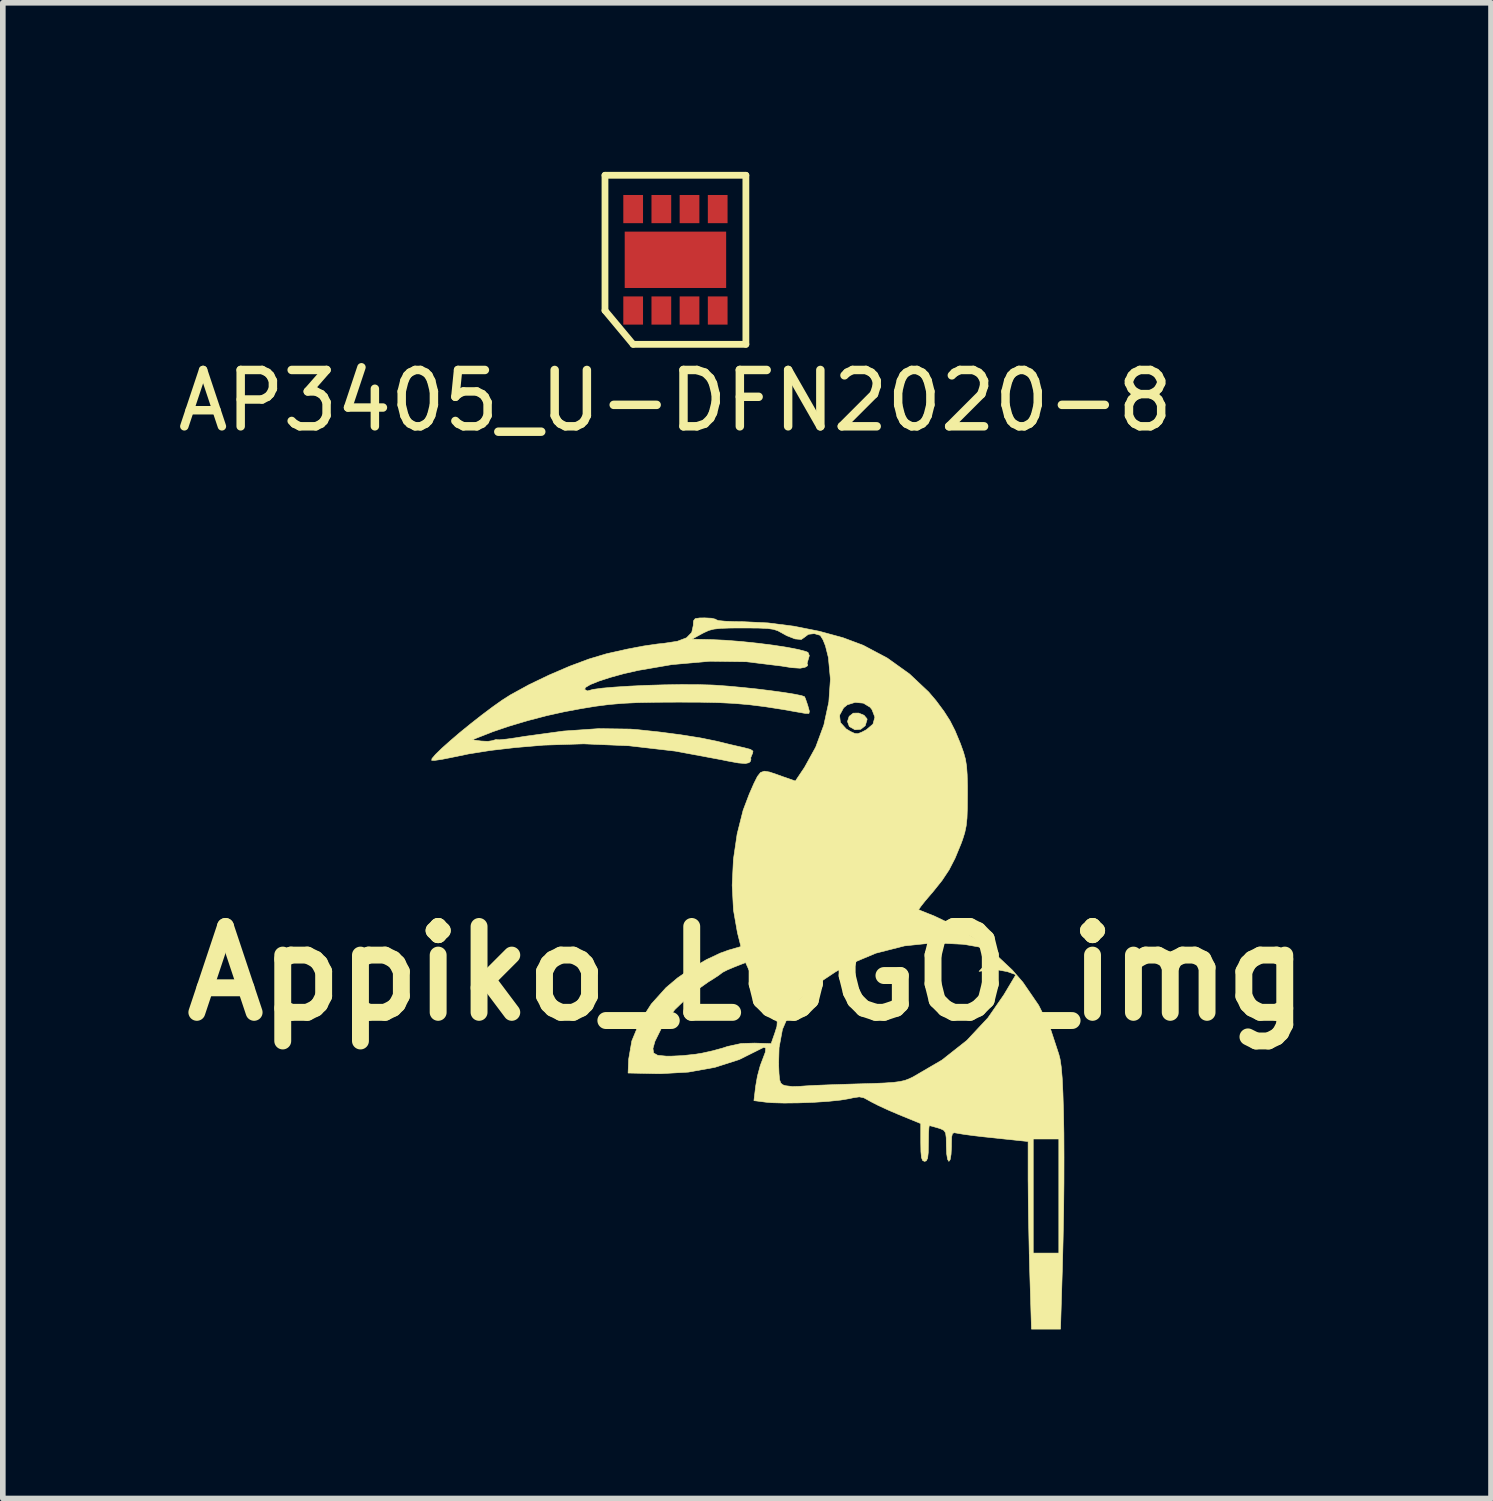
<source format=kicad_pcb>
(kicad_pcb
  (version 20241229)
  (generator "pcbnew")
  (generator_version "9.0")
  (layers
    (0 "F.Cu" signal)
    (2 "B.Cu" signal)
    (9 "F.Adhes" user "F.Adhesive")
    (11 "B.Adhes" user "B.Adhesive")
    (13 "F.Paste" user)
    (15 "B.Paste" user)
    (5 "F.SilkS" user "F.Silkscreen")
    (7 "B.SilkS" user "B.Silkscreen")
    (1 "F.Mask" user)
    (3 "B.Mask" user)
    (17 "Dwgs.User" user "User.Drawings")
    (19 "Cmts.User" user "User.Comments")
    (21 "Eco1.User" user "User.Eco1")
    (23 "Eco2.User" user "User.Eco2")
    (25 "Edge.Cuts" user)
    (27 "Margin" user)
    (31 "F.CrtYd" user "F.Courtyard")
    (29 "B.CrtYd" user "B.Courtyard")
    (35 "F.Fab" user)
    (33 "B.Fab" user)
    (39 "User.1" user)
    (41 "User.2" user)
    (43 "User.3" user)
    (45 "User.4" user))
  (footprint "Appiko_LOGO_img"
    (layer "F.Cu")
    (at 10.204 14.224)
    (property "Reference" "Appiko_LOGO_img" (at 0 0 0) (layer "F.SilkS") (effects (font (size 1.524 1.524) (thickness 0.3))))
    (attr through_hole)
    (fp_poly (pts (xy 2.078 -4.582) (xy 2.13 -4.52) (xy 2.132 -4.506) (xy 2.099 -4.397) (xy 2.019 -4.333) (xy 1.917 -4.325) (xy 1.817 -4.382) (xy 1.816 -4.384) (xy 1.784 -4.471) (xy 1.814 -4.563) (xy 1.887 -4.62) (xy 1.983 -4.621) (xy 2.078 -4.582)) (stroke (width 0.01) (type solid)) (fill yes) (layer "F.SilkS"))
    (fp_poly (pts (xy -0.627 -6.304) (xy -0.554 -6.286) (xy -0.544 -6.276) (xy -0.502 -6.262) (xy -0.388 -6.251) (xy -0.219 -6.244) (xy -0.057 -6.242) (xy 0.374 -6.221) (xy 0.83 -6.163) (xy 1.283 -6.073) (xy 1.705 -5.958) (xy 2.063 -5.824) (xy 2.491 -5.597) (xy 2.885 -5.315) (xy 3.224 -4.996) (xy 3.355 -4.842) (xy 3.496 -4.652) (xy 3.603 -4.485) (xy 3.692 -4.31) (xy 3.782 -4.094) (xy 3.797 -4.054) (xy 3.844 -3.923) (xy 3.877 -3.804) (xy 3.897 -3.679) (xy 3.908 -3.527) (xy 3.913 -3.327) (xy 3.913 -3.175) (xy 3.911 -2.937) (xy 3.905 -2.758) (xy 3.89 -2.619) (xy 3.865 -2.499) (xy 3.827 -2.378) (xy 3.797 -2.297) (xy 3.693 -2.045) (xy 3.587 -1.839) (xy 3.46 -1.648) (xy 3.294 -1.441) (xy 3.264 -1.407) (xy 3.161 -1.286) (xy 3.086 -1.191) (xy 3.049 -1.138) (xy 3.048 -1.132) (xy 3.093 -1.112) (xy 3.198 -1.07) (xy 3.328 -1.018) (xy 3.687 -0.846) (xy 4.053 -0.617) (xy 4.402 -0.349) (xy 4.71 -0.06) (xy 4.896 0.155) (xy 5.177 0.565) (xy 5.386 0.983) (xy 5.535 1.436) (xy 5.556 1.518) (xy 5.576 1.651) (xy 5.594 1.856) (xy 5.607 2.127) (xy 5.617 2.455) (xy 5.624 2.834) (xy 5.626 3.258) (xy 5.625 3.717) (xy 5.62 4.206) (xy 5.61 4.718) (xy 5.597 5.245) (xy 5.594 5.328) (xy 5.564 6.31) (xy 5.049 6.31) (xy 5.019 5.328) (xy 5.01 5.005) (xy 5.003 4.661) (xy 4.996 4.319) (xy 4.992 4.002) (xy 4.99 3.735) (xy 4.989 3.664) (xy 4.989 2.981) (xy 4.797 2.961) (xy 4.658 2.946) (xy 4.569 2.937) (xy 5.08 2.937) (xy 5.08 4.961) (xy 5.534 4.961) (xy 5.534 2.937) (xy 5.08 2.937) (xy 4.569 2.937) (xy 4.467 2.926) (xy 4.259 2.904) (xy 4.218 2.9) (xy 4.028 2.878) (xy 3.862 2.856) (xy 3.75 2.838) (xy 3.731 2.834) (xy 3.676 2.825) (xy 3.646 2.842) (xy 3.632 2.902) (xy 3.629 3.021) (xy 3.629 3.071) (xy 3.622 3.208) (xy 3.606 3.302) (xy 3.583 3.334) (xy 3.56 3.297) (xy 3.544 3.199) (xy 3.538 3.06) (xy 3.536 2.915) (xy 3.525 2.83) (xy 3.495 2.784) (xy 3.438 2.756) (xy 3.395 2.742) (xy 3.294 2.713) (xy 3.238 2.699) (xy 3.236 2.699) (xy 3.229 2.735) (xy 3.223 2.832) (xy 3.221 2.971) (xy 3.22 3.016) (xy 3.217 3.179) (xy 3.206 3.277) (xy 3.182 3.324) (xy 3.152 3.334) (xy 3.118 3.319) (xy 3.097 3.267) (xy 3.087 3.162) (xy 3.084 2.998) (xy 3.084 2.663) (xy 2.698 2.505) (xy 2.509 2.424) (xy 2.335 2.344) (xy 2.204 2.277) (xy 2.17 2.258) (xy 2.075 2.206) (xy 1.994 2.189) (xy 1.885 2.205) (xy 1.819 2.22) (xy 1.663 2.246) (xy 1.442 2.269) (xy 1.184 2.286) (xy 0.914 2.296) (xy 0.66 2.299) (xy 0.446 2.293) (xy 0.34 2.284) (xy 0.124 2.256) (xy 0.155 1.998) (xy 0.186 1.821) (xy 0.235 1.639) (xy 0.247 1.606) (xy 0.562 1.606) (xy 0.569 1.776) (xy 0.579 1.883) (xy 0.599 1.943) (xy 0.633 1.974) (xy 0.683 1.991) (xy 0.806 2.006) (xy 0.95 2.002) (xy 0.953 2.001) (xy 1.049 1.994) (xy 1.218 1.985) (xy 1.441 1.976) (xy 1.7 1.967) (xy 1.928 1.96) (xy 2.221 1.952) (xy 2.44 1.943) (xy 2.6 1.932) (xy 2.715 1.917) (xy 2.803 1.897) (xy 2.879 1.868) (xy 2.948 1.835) (xy 3.46 1.536) (xy 3.901 1.188) (xy 4.276 0.787) (xy 4.559 0.378) (xy 4.772 0.021) (xy 4.621 -0.033) (xy 4.431 -0.068) (xy 4.295 -0.062) (xy 4.119 -0.038) (xy 4.214 -0.143) (xy 4.298 -0.259) (xy 4.311 -0.35) (xy 4.25 -0.419) (xy 4.109 -0.472) (xy 3.882 -0.512) (xy 3.829 -0.519) (xy 3.311 -0.544) (xy 2.796 -0.49) (xy 2.29 -0.361) (xy 1.802 -0.157) (xy 1.574 -0.031) (xy 1.219 0.205) (xy 0.948 0.447) (xy 0.754 0.705) (xy 0.63 0.991) (xy 0.57 1.316) (xy 0.562 1.606) (xy 0.247 1.606) (xy 0.273 1.537) (xy 0.326 1.397) (xy 0.334 1.323) (xy 0.297 1.311) (xy 0.236 1.341) (xy -0.137 1.527) (xy -0.568 1.665) (xy -1.04 1.75) (xy -1.536 1.778) (xy -1.616 1.777) (xy -2.109 1.766) (xy -2.099 1.521) (xy -2.066 1.331) (xy -1.668 1.331) (xy -1.656 1.411) (xy -1.583 1.452) (xy -1.436 1.466) (xy -1.351 1.467) (xy -1.138 1.457) (xy -0.909 1.432) (xy -0.794 1.413) (xy -0.609 1.372) (xy -0.43 1.323) (xy -0.34 1.293) (xy -0.102 1.242) (xy 0.135 1.235) (xy 0.429 1.244) (xy 0.495 1.056) (xy 0.532 0.938) (xy 0.537 0.861) (xy 0.507 0.794) (xy 0.485 0.762) (xy 0.402 0.635) (xy 0.301 0.461) (xy 0.196 0.268) (xy 0.101 0.081) (xy 0.06 -0.008) (xy -0.024 -0.194) (xy -0.226 -0.115) (xy -0.349 -0.063) (xy -0.433 -0.02) (xy -0.452 -0.005) (xy -0.501 0.032) (xy -0.6 0.097) (xy -0.684 0.149) (xy -1.004 0.375) (xy -1.28 0.641) (xy -1.497 0.93) (xy -1.632 1.202) (xy -1.668 1.331) (xy -2.066 1.331) (xy -2.043 1.197) (xy -1.906 0.866) (xy -1.697 0.541) (xy -1.435 0.25) (xy -1.231 0.078) (xy -0.984 -0.092) (xy -0.721 -0.245) (xy -0.47 -0.363) (xy -0.325 -0.415) (xy -0.107 -0.478) (xy -0.169 -0.725) (xy -0.239 -1.125) (xy -0.262 -1.566) (xy -0.24 -2.024) (xy -0.174 -2.475) (xy -0.068 -2.896) (xy 0.04 -3.181) (xy 0.123 -3.371) (xy 0.186 -3.497) (xy 0.242 -3.567) (xy 0.309 -3.59) (xy 0.401 -3.575) (xy 0.534 -3.53) (xy 0.622 -3.498) (xy 0.859 -3.415) (xy 1.022 -3.658) (xy 1.22 -4.017) (xy 1.365 -4.41) (xy 1.402 -4.582) (xy 1.643 -4.582) (xy 1.658 -4.454) (xy 1.76 -4.341) (xy 1.837 -4.294) (xy 1.912 -4.26) (xy 1.968 -4.255) (xy 2.041 -4.284) (xy 2.12 -4.326) (xy 2.236 -4.425) (xy 2.27 -4.549) (xy 2.219 -4.682) (xy 2.185 -4.725) (xy 2.066 -4.797) (xy 1.92 -4.811) (xy 1.781 -4.768) (xy 1.716 -4.715) (xy 1.643 -4.582) (xy 1.402 -4.582) (xy 1.453 -4.818) (xy 1.481 -5.223) (xy 1.445 -5.607) (xy 1.393 -5.814) (xy 1.35 -5.921) (xy 1.306 -5.992) (xy 1.295 -6.002) (xy 1.195 -6.031) (xy 1.091 -6.019) (xy 1.026 -5.971) (xy 1.025 -5.969) (xy 0.965 -5.927) (xy 0.853 -5.937) (xy 0.707 -5.994) (xy 0.615 -6.045) (xy 0.547 -6.082) (xy 0.47 -6.107) (xy 0.366 -6.122) (xy 0.215 -6.129) (xy -0.002 -6.131) (xy -0.068 -6.131) (xy -0.304 -6.13) (xy -0.47 -6.124) (xy -0.587 -6.111) (xy -0.676 -6.088) (xy -0.757 -6.051) (xy -0.794 -6.032) (xy -0.975 -5.933) (xy -0.635 -5.925) (xy -0.38 -5.913) (xy -0.1 -5.891) (xy 0.187 -5.861) (xy 0.464 -5.826) (xy 0.712 -5.788) (xy 0.913 -5.749) (xy 1.05 -5.712) (xy 1.083 -5.698) (xy 1.107 -5.64) (xy 1.088 -5.575) (xy 1.067 -5.503) (xy 1.078 -5.476) (xy 1.073 -5.459) (xy 1.032 -5.434) (xy 0.945 -5.417) (xy 0.793 -5.427) (xy 0.612 -5.456) (xy -0.01 -5.532) (xy -0.656 -5.541) (xy -1.333 -5.481) (xy -1.932 -5.378) (xy -2.19 -5.319) (xy -2.425 -5.254) (xy -2.625 -5.189) (xy -2.777 -5.128) (xy -2.865 -5.076) (xy -2.88 -5.041) (xy -2.831 -5.014) (xy -2.818 -5.017) (xy -2.731 -5.041) (xy -2.569 -5.063) (xy -2.347 -5.082) (xy -2.08 -5.099) (xy -1.785 -5.113) (xy -1.476 -5.122) (xy -1.169 -5.127) (xy -0.88 -5.126) (xy -0.623 -5.119) (xy -0.551 -5.115) (xy -0.331 -5.099) (xy -0.083 -5.076) (xy 0.175 -5.049) (xy 0.426 -5.018) (xy 0.653 -4.987) (xy 0.839 -4.957) (xy 0.968 -4.931) (xy 1.022 -4.912) (xy 1.04 -4.871) (xy 1.071 -4.781) (xy 1.081 -4.75) (xy 1.108 -4.653) (xy 1.1 -4.614) (xy 1.046 -4.614) (xy 1.006 -4.62) (xy 0.632 -4.686) (xy 0.318 -4.735) (xy 0.038 -4.77) (xy -0.231 -4.793) (xy -0.516 -4.807) (xy -0.842 -4.814) (xy -1.225 -4.815) (xy -1.612 -4.813) (xy -1.93 -4.807) (xy -2.2 -4.794) (xy -2.446 -4.773) (xy -2.688 -4.742) (xy -2.948 -4.699) (xy -3.243 -4.644) (xy -3.554 -4.575) (xy -3.894 -4.486) (xy -4.225 -4.387) (xy -4.511 -4.29) (xy -4.558 -4.271) (xy -4.876 -4.147) (xy -4.717 -4.125) (xy -4.597 -4.119) (xy -4.514 -4.132) (xy -4.509 -4.135) (xy -4.45 -4.152) (xy -4.438 -4.148) (xy -4.387 -4.147) (xy -4.267 -4.159) (xy -4.096 -4.183) (xy -3.943 -4.208) (xy -3.253 -4.302) (xy -2.629 -4.345) (xy -2.07 -4.337) (xy -1.954 -4.328) (xy -1.558 -4.286) (xy -1.175 -4.236) (xy -0.829 -4.181) (xy -0.543 -4.123) (xy -0.476 -4.107) (xy -0.297 -4.063) (xy -0.114 -4.021) (xy -0.056 -4.008) (xy 0.062 -3.977) (xy 0.107 -3.946) (xy 0.098 -3.901) (xy 0.093 -3.893) (xy 0.066 -3.826) (xy 0.071 -3.801) (xy 0.061 -3.764) (xy 0.035 -3.74) (xy -0.029 -3.726) (xy -0.154 -3.736) (xy -0.35 -3.772) (xy -0.446 -3.792) (xy -1.272 -3.946) (xy -2.095 -4.041) (xy -2.897 -4.075) (xy -3.607 -4.052) (xy -4.113 -4.009) (xy -4.551 -3.958) (xy -4.941 -3.896) (xy -5.255 -3.831) (xy -5.411 -3.8) (xy -5.534 -3.782) (xy -5.594 -3.781) (xy -5.589 -3.813) (xy -5.525 -3.888) (xy -5.414 -3.996) (xy -5.265 -4.129) (xy -5.091 -4.278) (xy -4.9 -4.433) (xy -4.705 -4.586) (xy -4.516 -4.728) (xy -4.344 -4.85) (xy -4.198 -4.943) (xy -4.196 -4.944) (xy -3.868 -5.124) (xy -3.51 -5.296) (xy -3.147 -5.452) (xy -2.804 -5.58) (xy -2.504 -5.67) (xy -2.472 -5.678) (xy -2.123 -5.756) (xy -1.835 -5.811) (xy -1.587 -5.847) (xy -1.478 -5.858) (xy -1.235 -5.895) (xy -1.072 -5.957) (xy -0.98 -6.051) (xy -0.953 -6.174) (xy -0.948 -6.258) (xy -0.918 -6.297) (xy -0.838 -6.309) (xy -0.748 -6.31) (xy -0.627 -6.304)) (stroke (width 0.01) (type solid)) (fill yes) (layer "F.SilkS")))
  (footprint "AP3405_U-DFN2020-8"
    (layer "F.Cu")
    (at 8.935 1.56)
    (property "Reference" "AP3405_U-DFN2020-8" (at 0 2.5 0) (layer "F.SilkS") (effects (font (size 1 1) (thickness 0.15))))
    (attr through_hole)
    (fp_line (start -1.25 -1.5) (end 1.25 -1.5) (stroke (width 0.12) (type solid)) (layer "F.SilkS"))
    (fp_line (start -1.25 0.9) (end -1.25 -1.5) (stroke (width 0.12) (type solid)) (layer "F.SilkS"))
    (fp_line (start -0.75 1.5) (end -1.25 0.9) (stroke (width 0.12) (type solid)) (layer "F.SilkS"))
    (fp_line (start 1.25 -1.5) (end 1.25 1.5) (stroke (width 0.12) (type solid)) (layer "F.SilkS"))
    (fp_line (start 1.25 1.5) (end -0.75 1.5) (stroke (width 0.12) (type solid)) (layer "F.SilkS"))
    (pad "" smd rect (at 0 0) (size 1.8 1) (layers "F.Cu" "F.Mask" "F.Paste"))
    (pad "1" smd rect (at -0.75 0.9) (size 0.35 0.5) (layers "F.Cu" "F.Mask" "F.Paste"))
    (pad "2" smd rect (at -0.25 0.9) (size 0.35 0.5) (layers "F.Cu" "F.Mask" "F.Paste"))
    (pad "3" smd rect (at 0.25 0.9) (size 0.35 0.5) (layers "F.Cu" "F.Mask" "F.Paste"))
    (pad "4" smd rect (at 0.75 0.9) (size 0.35 0.5) (layers "F.Cu" "F.Mask" "F.Paste"))
    (pad "5" smd rect (at 0.75 -0.9) (size 0.35 0.5) (layers "F.Cu" "F.Mask" "F.Paste"))
    (pad "6" smd rect (at 0.25 -0.9) (size 0.35 0.5) (layers "F.Cu" "F.Mask" "F.Paste"))
    (pad "7" smd rect (at -0.25 -0.9) (size 0.35 0.5) (layers "F.Cu" "F.Mask" "F.Paste"))
    (pad "8" smd rect (at -0.75 -0.9) (size 0.35 0.5) (layers "F.Cu" "F.Mask" "F.Paste")))
  (gr_rect
    (start -3 -3)
    (end 23.407 23.539)
    (stroke (width 0.1) (type default))
    (fill no)
    (layer "Edge.Cuts")))
</source>
